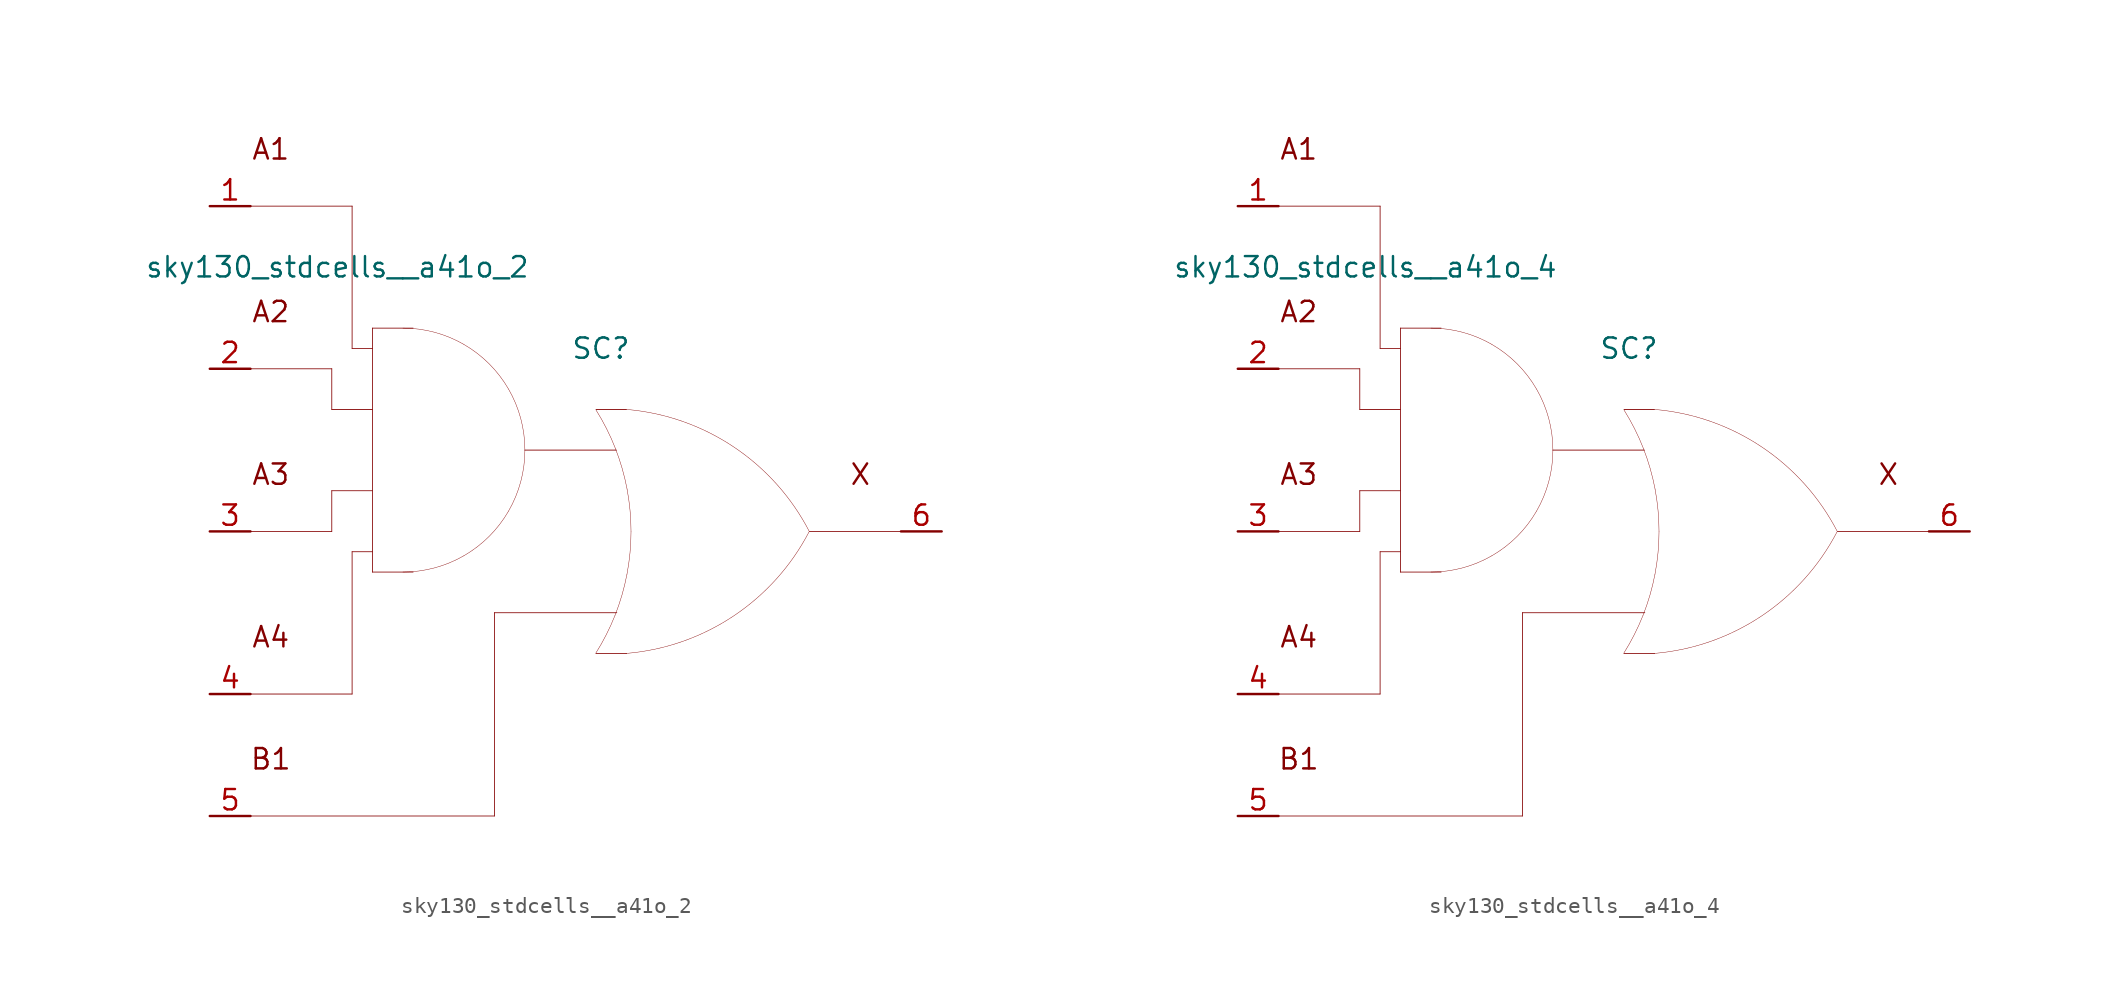
<source format=kicad_sym>
(kicad_symbol_lib
  (version 20211014)
  (generator kicad_symbol_editor)
  (symbol "sky130_stdcells__a41o_2"
    (pin_names hide)
    (property "Reference" "SC"
      (at 1.575 11.43 0)
      (effects (font (size 1.27 1.27))))
    (property "Value" "sky130_stdcells__a41o_2"
      (at -2.845 16.51 0)
      (effects (font (size 1.27 1.27)) (justify right)))
    (symbol "sky130_stdcells__a41o_2_0_0"
      (arc (start -10.795 -2.54) (mid -8.8228 -2.2804) (end -6.985 -1.5191) (stroke (width 0.0254) (type default) (color 0 0 0 0)) (fill (type none)))
      (arc (start -6.985 -1.5191) (mid -5.4069 -0.3081) (end -4.1959 1.27) (stroke (width 0.0254) (type default) (color 0 0 0 0)) (fill (type none)))
      (arc (start -6.985 11.6791) (mid -8.8228 12.4403) (end -10.795 12.7) (stroke (width 0.0254) (type default) (color 0 0 0 0)) (fill (type none)))
      (arc (start -4.1959 1.27) (mid -3.4347 3.1078) (end -3.175 5.08) (stroke (width 0.0254) (type default) (color 0 0 0 0)) (fill (type none)))
      (arc (start -4.1959 8.89) (mid -5.4069 10.4681) (end -6.985 11.6791) (stroke (width 0.0254) (type default) (color 0 0 0 0)) (fill (type none)))
      (arc (start -3.175 5.08) (mid -3.4346 7.0522) (end -4.1959 8.89) (stroke (width 0.0254) (type default) (color 0 0 0 0)) (fill (type none)))
      (polyline (pts (xy -20.32 -17.78) (xy -5.08 -17.78)) (stroke (width 0.051) (type default) (color 0 0 0 0)) (fill (type none)))
      (polyline (pts (xy -20.32 -10.16) (xy -13.97 -10.16)) (stroke (width 0.051) (type default) (color 0 0 0 0)) (fill (type none)))
      (polyline (pts (xy -20.32 0) (xy -15.24 0)) (stroke (width 0.051) (type default) (color 0 0 0 0)) (fill (type none)))
      (polyline (pts (xy -20.32 10.16) (xy -15.24 10.16)) (stroke (width 0.051) (type default) (color 0 0 0 0)) (fill (type none)))
      (polyline (pts (xy -20.32 20.32) (xy -13.97 20.32)) (stroke (width 0.051) (type default) (color 0 0 0 0)) (fill (type none)))
      (polyline (pts (xy -15.24 2.54) (xy -15.24 0)) (stroke (width 0.051) (type default) (color 0 0 0 0)) (fill (type none)))
      (polyline (pts (xy -15.24 2.54) (xy -12.7 2.54)) (stroke (width 0.051) (type default) (color 0 0 0 0)) (fill (type none)))
      (polyline (pts (xy -15.24 7.62) (xy -12.7 7.62)) (stroke (width 0.051) (type default) (color 0 0 0 0)) (fill (type none)))
      (polyline (pts (xy -15.24 10.16) (xy -15.24 7.62)) (stroke (width 0.051) (type default) (color 0 0 0 0)) (fill (type none)))
      (polyline (pts (xy -13.97 -1.27) (xy -13.97 -10.16)) (stroke (width 0.051) (type default) (color 0 0 0 0)) (fill (type none)))
      (polyline (pts (xy -13.97 -1.27) (xy -12.7 -1.27)) (stroke (width 0.051) (type default) (color 0 0 0 0)) (fill (type none)))
      (polyline (pts (xy -13.97 11.43) (xy -12.7 11.43)) (stroke (width 0.051) (type default) (color 0 0 0 0)) (fill (type none)))
      (polyline (pts (xy -13.97 20.32) (xy -13.97 11.43)) (stroke (width 0.051) (type default) (color 0 0 0 0)) (fill (type none)))
      (polyline (pts (xy -12.7 -2.54) (xy -10.16 -2.54)) (stroke (width 0.051) (type default) (color 0 0 0 0)) (fill (type none)))
      (polyline (pts (xy -12.7 12.7) (xy -12.7 -2.54)) (stroke (width 0.051) (type default) (color 0 0 0 0)) (fill (type none)))
      (polyline (pts (xy -12.7 12.7) (xy -10.16 12.7)) (stroke (width 0.051) (type default) (color 0 0 0 0)) (fill (type none)))
      (polyline (pts (xy -5.08 -5.08) (xy -5.08 -17.78)) (stroke (width 0.051) (type default) (color 0 0 0 0)) (fill (type none)))
      (polyline (pts (xy -5.08 -5.08) (xy 2.565 -5.08)) (stroke (width 0.051) (type default) (color 0 0 0 0)) (fill (type none)))
      (polyline (pts (xy -3.175 5.08) (xy 2.54 5.08)) (stroke (width 0.051) (type default) (color 0 0 0 0)) (fill (type none)))
      (polyline (pts (xy 1.27 -7.62) (xy 3.175 -7.62)) (stroke (width 0.051) (type default) (color 0 0 0 0)) (fill (type none)))
      (polyline (pts (xy 1.27 7.62) (xy 3.175 7.62)) (stroke (width 0.051) (type default) (color 0 0 0 0)) (fill (type none)))
      (polyline (pts (xy 14.605 0) (xy 20.32 0)) (stroke (width 0.051) (type default) (color 0 0 0 0)) (fill (type none)))
      (arc (start 1.2495 -7.6142) (mid 1.907 -6.458) (end 2.4538 -5.2456) (stroke (width 0.0254) (type default) (color 0 0 0 0)) (fill (type none)))
      (arc (start 2.4538 -5.2456) (mid 2.8887 -3.9755) (end 3.202 -2.6701) (stroke (width 0.0254) (type default) (color 0 0 0 0)) (fill (type none)))
      (arc (start 2.472 5.1993) (mid 1.9238 6.4248) (end 1.2627 7.5932) (stroke (width 0.0254) (type default) (color 0 0 0 0)) (fill (type none)))
      (arc (start 3.1446 -7.6231) (mid 9.8386 -5.2986) (end 14.5755 -0.0284) (stroke (width 0.0254) (type default) (color 0 0 0 0)) (fill (type none)))
      (arc (start 3.202 -2.6701) (mid 3.3912 -1.341) (end 3.4544 0) (stroke (width 0.0254) (type default) (color 0 0 0 0)) (fill (type none)))
      (arc (start 3.2066 2.6456) (mid 2.8989 3.9396) (end 2.472 5.1993) (stroke (width 0.0254) (type default) (color 0 0 0 0)) (fill (type none)))
      (arc (start 3.4544 0) (mid 3.3923 1.3286) (end 3.2066 2.6456) (stroke (width 0.0254) (type default) (color 0 0 0 0)) (fill (type none)))
      (arc (start 14.5983 -0.0156) (mid 9.8798 5.271) (end 3.194 7.6189) (stroke (width 0.0254) (type default) (color 0 0 0 0)) (fill (type none)))
      (text "A1" (at -19.05 23.876 0) (effects (font (size 1.27 1.27))))
      (text "A2" (at -19.05 13.716 0) (effects (font (size 1.27 1.27))))
      (text "A3" (at -19.05 3.556 0) (effects (font (size 1.27 1.27))))
      (text "A4" (at -19.05 -6.604 0) (effects (font (size 1.27 1.27))))
      (text "B1" (at -19.05 -14.224 0) (effects (font (size 1.27 1.27))))
      (text "X" (at 17.78 3.556 0) (effects (font (size 1.27 1.27)))))
    (symbol "sky130_stdcells__a41o_2_1_1"
      (pin input line (at -22.86 20.32 0) (length 2.54) (name "A1" (effects (font (size 1.092 1.092)))) (number "1" (effects (font (size 1.27 1.27)))))
      (pin input line (at -22.86 10.16 0) (length 2.54) (name "A2" (effects (font (size 1.092 1.092)))) (number "2" (effects (font (size 1.27 1.27)))))
      (pin input line (at -22.86 0 0) (length 2.54) (name "A3" (effects (font (size 1.092 1.092)))) (number "3" (effects (font (size 1.27 1.27)))))
      (pin input line (at -22.86 -10.16 0) (length 2.54) (name "A4" (effects (font (size 1.092 1.092)))) (number "4" (effects (font (size 1.27 1.27)))))
      (pin input line (at -22.86 -17.78 0) (length 2.54) (name "B1" (effects (font (size 1.092 1.092)))) (number "5" (effects (font (size 1.27 1.27)))))
      (pin output line (at 22.86 0 180) (length 2.54) (name "X" (effects (font (size 1.092 1.092)))) (number "6" (effects (font (size 1.27 1.27)))))))
  (symbol "sky130_stdcells__a41o_4"
    (pin_names hide)
    (property "Reference" "SC"
      (at 1.575 11.43 0)
      (effects (font (size 1.27 1.27))))
    (property "Value" "sky130_stdcells__a41o_4"
      (at -2.845 16.51 0)
      (effects (font (size 1.27 1.27)) (justify right)))
    (symbol "sky130_stdcells__a41o_4_0_0"
      (arc (start -10.795 -2.54) (mid -8.8228 -2.2804) (end -6.985 -1.5191) (stroke (width 0.0254) (type default) (color 0 0 0 0)) (fill (type none)))
      (arc (start -6.985 -1.5191) (mid -5.4069 -0.3081) (end -4.1959 1.27) (stroke (width 0.0254) (type default) (color 0 0 0 0)) (fill (type none)))
      (arc (start -6.985 11.6791) (mid -8.8228 12.4403) (end -10.795 12.7) (stroke (width 0.0254) (type default) (color 0 0 0 0)) (fill (type none)))
      (arc (start -4.1959 1.27) (mid -3.4347 3.1078) (end -3.175 5.08) (stroke (width 0.0254) (type default) (color 0 0 0 0)) (fill (type none)))
      (arc (start -4.1959 8.89) (mid -5.4069 10.4681) (end -6.985 11.6791) (stroke (width 0.0254) (type default) (color 0 0 0 0)) (fill (type none)))
      (arc (start -3.175 5.08) (mid -3.4346 7.0522) (end -4.1959 8.89) (stroke (width 0.0254) (type default) (color 0 0 0 0)) (fill (type none)))
      (polyline (pts (xy -20.32 -17.78) (xy -5.08 -17.78)) (stroke (width 0.051) (type default) (color 0 0 0 0)) (fill (type none)))
      (polyline (pts (xy -20.32 -10.16) (xy -13.97 -10.16)) (stroke (width 0.051) (type default) (color 0 0 0 0)) (fill (type none)))
      (polyline (pts (xy -20.32 0) (xy -15.24 0)) (stroke (width 0.051) (type default) (color 0 0 0 0)) (fill (type none)))
      (polyline (pts (xy -20.32 10.16) (xy -15.24 10.16)) (stroke (width 0.051) (type default) (color 0 0 0 0)) (fill (type none)))
      (polyline (pts (xy -20.32 20.32) (xy -13.97 20.32)) (stroke (width 0.051) (type default) (color 0 0 0 0)) (fill (type none)))
      (polyline (pts (xy -15.24 2.54) (xy -15.24 0)) (stroke (width 0.051) (type default) (color 0 0 0 0)) (fill (type none)))
      (polyline (pts (xy -15.24 2.54) (xy -12.7 2.54)) (stroke (width 0.051) (type default) (color 0 0 0 0)) (fill (type none)))
      (polyline (pts (xy -15.24 7.62) (xy -12.7 7.62)) (stroke (width 0.051) (type default) (color 0 0 0 0)) (fill (type none)))
      (polyline (pts (xy -15.24 10.16) (xy -15.24 7.62)) (stroke (width 0.051) (type default) (color 0 0 0 0)) (fill (type none)))
      (polyline (pts (xy -13.97 -1.27) (xy -13.97 -10.16)) (stroke (width 0.051) (type default) (color 0 0 0 0)) (fill (type none)))
      (polyline (pts (xy -13.97 -1.27) (xy -12.7 -1.27)) (stroke (width 0.051) (type default) (color 0 0 0 0)) (fill (type none)))
      (polyline (pts (xy -13.97 11.43) (xy -12.7 11.43)) (stroke (width 0.051) (type default) (color 0 0 0 0)) (fill (type none)))
      (polyline (pts (xy -13.97 20.32) (xy -13.97 11.43)) (stroke (width 0.051) (type default) (color 0 0 0 0)) (fill (type none)))
      (polyline (pts (xy -12.7 -2.54) (xy -10.16 -2.54)) (stroke (width 0.051) (type default) (color 0 0 0 0)) (fill (type none)))
      (polyline (pts (xy -12.7 12.7) (xy -12.7 -2.54)) (stroke (width 0.051) (type default) (color 0 0 0 0)) (fill (type none)))
      (polyline (pts (xy -12.7 12.7) (xy -10.16 12.7)) (stroke (width 0.051) (type default) (color 0 0 0 0)) (fill (type none)))
      (polyline (pts (xy -5.08 -5.08) (xy -5.08 -17.78)) (stroke (width 0.051) (type default) (color 0 0 0 0)) (fill (type none)))
      (polyline (pts (xy -5.08 -5.08) (xy 2.565 -5.08)) (stroke (width 0.051) (type default) (color 0 0 0 0)) (fill (type none)))
      (polyline (pts (xy -3.175 5.08) (xy 2.54 5.08)) (stroke (width 0.051) (type default) (color 0 0 0 0)) (fill (type none)))
      (polyline (pts (xy 1.27 -7.62) (xy 3.175 -7.62)) (stroke (width 0.051) (type default) (color 0 0 0 0)) (fill (type none)))
      (polyline (pts (xy 1.27 7.62) (xy 3.175 7.62)) (stroke (width 0.051) (type default) (color 0 0 0 0)) (fill (type none)))
      (polyline (pts (xy 14.605 0) (xy 20.32 0)) (stroke (width 0.051) (type default) (color 0 0 0 0)) (fill (type none)))
      (arc (start 1.2495 -7.6142) (mid 1.907 -6.458) (end 2.4538 -5.2456) (stroke (width 0.0254) (type default) (color 0 0 0 0)) (fill (type none)))
      (arc (start 2.4538 -5.2456) (mid 2.8887 -3.9755) (end 3.202 -2.6701) (stroke (width 0.0254) (type default) (color 0 0 0 0)) (fill (type none)))
      (arc (start 2.472 5.1993) (mid 1.9238 6.4248) (end 1.2627 7.5932) (stroke (width 0.0254) (type default) (color 0 0 0 0)) (fill (type none)))
      (arc (start 3.1446 -7.6231) (mid 9.8386 -5.2986) (end 14.5755 -0.0284) (stroke (width 0.0254) (type default) (color 0 0 0 0)) (fill (type none)))
      (arc (start 3.202 -2.6701) (mid 3.3912 -1.341) (end 3.4544 0) (stroke (width 0.0254) (type default) (color 0 0 0 0)) (fill (type none)))
      (arc (start 3.2066 2.6456) (mid 2.8989 3.9396) (end 2.472 5.1993) (stroke (width 0.0254) (type default) (color 0 0 0 0)) (fill (type none)))
      (arc (start 3.4544 0) (mid 3.3923 1.3286) (end 3.2066 2.6456) (stroke (width 0.0254) (type default) (color 0 0 0 0)) (fill (type none)))
      (arc (start 14.5983 -0.0156) (mid 9.8798 5.271) (end 3.194 7.6189) (stroke (width 0.0254) (type default) (color 0 0 0 0)) (fill (type none)))
      (text "A1" (at -19.05 23.876 0) (effects (font (size 1.27 1.27))))
      (text "A2" (at -19.05 13.716 0) (effects (font (size 1.27 1.27))))
      (text "A3" (at -19.05 3.556 0) (effects (font (size 1.27 1.27))))
      (text "A4" (at -19.05 -6.604 0) (effects (font (size 1.27 1.27))))
      (text "B1" (at -19.05 -14.224 0) (effects (font (size 1.27 1.27))))
      (text "X" (at 17.78 3.556 0) (effects (font (size 1.27 1.27)))))
    (symbol "sky130_stdcells__a41o_4_1_1"
      (pin input line (at -22.86 20.32 0) (length 2.54) (name "A1" (effects (font (size 1.092 1.092)))) (number "1" (effects (font (size 1.27 1.27)))))
      (pin input line (at -22.86 10.16 0) (length 2.54) (name "A2" (effects (font (size 1.092 1.092)))) (number "2" (effects (font (size 1.27 1.27)))))
      (pin input line (at -22.86 0 0) (length 2.54) (name "A3" (effects (font (size 1.092 1.092)))) (number "3" (effects (font (size 1.27 1.27)))))
      (pin input line (at -22.86 -10.16 0) (length 2.54) (name "A4" (effects (font (size 1.092 1.092)))) (number "4" (effects (font (size 1.27 1.27)))))
      (pin input line (at -22.86 -17.78 0) (length 2.54) (name "B1" (effects (font (size 1.092 1.092)))) (number "5" (effects (font (size 1.27 1.27)))))
      (pin output line (at 22.86 0 180) (length 2.54) (name "X" (effects (font (size 1.092 1.092)))) (number "6" (effects (font (size 1.27 1.27))))))))
</source>
